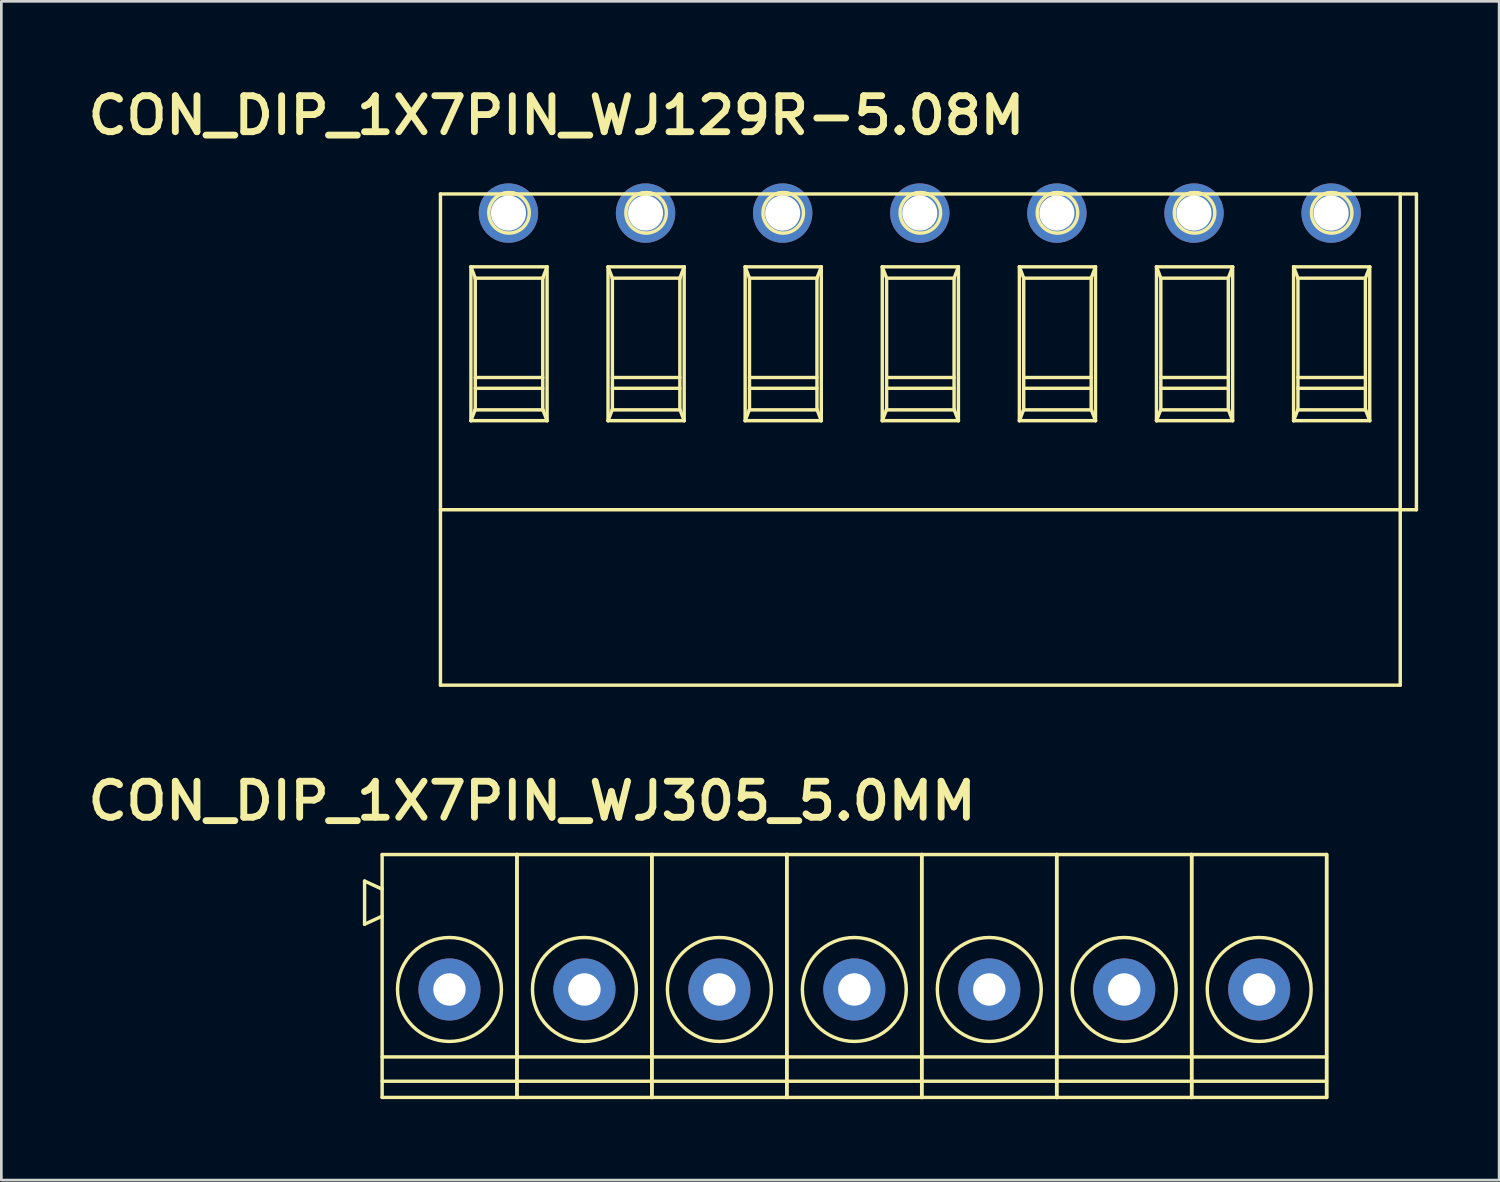
<source format=kicad_pcb>
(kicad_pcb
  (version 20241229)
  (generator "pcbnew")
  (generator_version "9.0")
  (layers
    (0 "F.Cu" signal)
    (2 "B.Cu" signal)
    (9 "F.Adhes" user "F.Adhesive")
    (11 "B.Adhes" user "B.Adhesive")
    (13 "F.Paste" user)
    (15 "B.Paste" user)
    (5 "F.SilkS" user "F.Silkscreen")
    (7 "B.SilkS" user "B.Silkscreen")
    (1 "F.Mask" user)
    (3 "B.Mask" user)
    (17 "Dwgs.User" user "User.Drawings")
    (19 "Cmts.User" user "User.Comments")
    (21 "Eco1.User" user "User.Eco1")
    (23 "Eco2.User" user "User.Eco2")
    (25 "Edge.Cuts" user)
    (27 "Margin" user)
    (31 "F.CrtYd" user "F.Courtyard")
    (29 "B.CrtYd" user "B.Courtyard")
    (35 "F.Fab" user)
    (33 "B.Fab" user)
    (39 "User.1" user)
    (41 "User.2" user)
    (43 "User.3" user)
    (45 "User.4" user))
  (footprint "CON_DIP_1X7PIN_WJ305_5.0MM"
    (layer "F.Cu")
    (at 28.603 33.61)
    (property "Reference" "CON_DIP_1X7PIN_WJ305_5.0MM" (at -11.938 -6.985 0) (unlocked yes) (layer "F.SilkS") (effects (font (size 1.333 1.402) (thickness 0.254))))
    (attr smd)
    (fp_line (start -18.145 -4.017) (end -17.495 -3.717) (stroke (width 0.127) (type solid)) (layer "F.SilkS"))
    (fp_line (start -18.145 -2.417) (end -18.145 -4.017) (stroke (width 0.127) (type solid)) (layer "F.SilkS"))
    (fp_line (start -18.145 -2.417) (end -17.495 -2.717) (stroke (width 0.127) (type solid)) (layer "F.SilkS"))
    (fp_line (start -17.495 -5) (end -12.505 -5) (stroke (width 0.127) (type solid)) (layer "F.SilkS"))
    (fp_line (start -17.495 2.5) (end -12.505 2.5) (stroke (width 0.127) (type solid)) (layer "F.SilkS"))
    (fp_line (start -17.495 3.4) (end -12.505 3.4) (stroke (width 0.127) (type solid)) (layer "F.SilkS"))
    (fp_line (start -17.495 4) (end -17.495 -5) (stroke (width 0.127) (type solid)) (layer "F.SilkS"))
    (fp_line (start -17.495 4) (end -12.505 4) (stroke (width 0.127) (type solid)) (layer "F.SilkS"))
    (fp_line (start -12.505 4) (end -12.505 -5) (stroke (width 0.127) (type solid)) (layer "F.SilkS"))
    (fp_line (start -12.495 -5) (end -7.505 -5) (stroke (width 0.127) (type solid)) (layer "F.SilkS"))
    (fp_line (start -12.495 2.5) (end -7.505 2.5) (stroke (width 0.127) (type solid)) (layer "F.SilkS"))
    (fp_line (start -12.495 3.4) (end -7.505 3.4) (stroke (width 0.127) (type solid)) (layer "F.SilkS"))
    (fp_line (start -12.495 4) (end -12.495 -5) (stroke (width 0.127) (type solid)) (layer "F.SilkS"))
    (fp_line (start -12.495 4) (end -7.505 4) (stroke (width 0.127) (type solid)) (layer "F.SilkS"))
    (fp_line (start -7.505 4) (end -7.505 -5) (stroke (width 0.127) (type solid)) (layer "F.SilkS"))
    (fp_line (start -7.495 -5) (end -2.505 -5) (stroke (width 0.127) (type solid)) (layer "F.SilkS"))
    (fp_line (start -7.495 2.5) (end -2.505 2.5) (stroke (width 0.127) (type solid)) (layer "F.SilkS"))
    (fp_line (start -7.495 3.4) (end -2.505 3.4) (stroke (width 0.127) (type solid)) (layer "F.SilkS"))
    (fp_line (start -7.495 4) (end -7.495 -5) (stroke (width 0.127) (type solid)) (layer "F.SilkS"))
    (fp_line (start -7.495 4) (end -2.505 4) (stroke (width 0.127) (type solid)) (layer "F.SilkS"))
    (fp_line (start -2.505 4) (end -2.505 -5) (stroke (width 0.127) (type solid)) (layer "F.SilkS"))
    (fp_line (start -2.495 -5) (end 2.495 -5) (stroke (width 0.127) (type solid)) (layer "F.SilkS"))
    (fp_line (start -2.495 2.5) (end 2.495 2.5) (stroke (width 0.127) (type solid)) (layer "F.SilkS"))
    (fp_line (start -2.495 3.4) (end 2.495 3.4) (stroke (width 0.127) (type solid)) (layer "F.SilkS"))
    (fp_line (start -2.495 4) (end -2.495 -5) (stroke (width 0.127) (type solid)) (layer "F.SilkS"))
    (fp_line (start -2.495 4) (end 2.495 4) (stroke (width 0.127) (type solid)) (layer "F.SilkS"))
    (fp_line (start 2.495 4) (end 2.495 -5) (stroke (width 0.127) (type solid)) (layer "F.SilkS"))
    (fp_line (start 2.505 -5) (end 7.495 -5) (stroke (width 0.127) (type solid)) (layer "F.SilkS"))
    (fp_line (start 2.505 2.5) (end 7.495 2.5) (stroke (width 0.127) (type solid)) (layer "F.SilkS"))
    (fp_line (start 2.505 3.4) (end 7.495 3.4) (stroke (width 0.127) (type solid)) (layer "F.SilkS"))
    (fp_line (start 2.505 4) (end 2.505 -5) (stroke (width 0.127) (type solid)) (layer "F.SilkS"))
    (fp_line (start 2.505 4) (end 7.495 4) (stroke (width 0.127) (type solid)) (layer "F.SilkS"))
    (fp_line (start 7.495 4) (end 7.495 -5) (stroke (width 0.127) (type solid)) (layer "F.SilkS"))
    (fp_line (start 7.505 -5) (end 12.495 -5) (stroke (width 0.127) (type solid)) (layer "F.SilkS"))
    (fp_line (start 7.505 2.5) (end 12.495 2.5) (stroke (width 0.127) (type solid)) (layer "F.SilkS"))
    (fp_line (start 7.505 3.4) (end 12.495 3.4) (stroke (width 0.127) (type solid)) (layer "F.SilkS"))
    (fp_line (start 7.505 4) (end 7.505 -5) (stroke (width 0.127) (type solid)) (layer "F.SilkS"))
    (fp_line (start 7.505 4) (end 12.495 4) (stroke (width 0.127) (type solid)) (layer "F.SilkS"))
    (fp_line (start 12.495 4) (end 12.495 -5) (stroke (width 0.127) (type solid)) (layer "F.SilkS"))
    (fp_line (start 12.505 -5) (end 17.495 -5) (stroke (width 0.127) (type solid)) (layer "F.SilkS"))
    (fp_line (start 12.505 2.5) (end 17.495 2.5) (stroke (width 0.127) (type solid)) (layer "F.SilkS"))
    (fp_line (start 12.505 3.4) (end 17.495 3.4) (stroke (width 0.127) (type solid)) (layer "F.SilkS"))
    (fp_line (start 12.505 4) (end 12.505 -5) (stroke (width 0.127) (type solid)) (layer "F.SilkS"))
    (fp_line (start 12.505 4) (end 17.495 4) (stroke (width 0.127) (type solid)) (layer "F.SilkS"))
    (fp_line (start 17.495 4) (end 17.495 -5) (stroke (width 0.127) (type solid)) (layer "F.SilkS"))
    (fp_line (start 17.505 4) (end 17.505 -5) (stroke (width 0.127) (type solid)) (layer "F.SilkS"))
    (fp_circle (center -15 0) (end -13.075 0) (stroke (width 0.127) (type solid)) (fill no) (layer "F.SilkS"))
    (fp_circle (center -10 0) (end -8.075 0) (stroke (width 0.127) (type solid)) (fill no) (layer "F.SilkS"))
    (fp_circle (center -5 0) (end -3.075 0) (stroke (width 0.127) (type solid)) (fill no) (layer "F.SilkS"))
    (fp_circle (center 0.00001 0) (end 1.925 0) (stroke (width 0.127) (type solid)) (fill no) (layer "F.SilkS"))
    (fp_circle (center 5 0) (end 6.925 0) (stroke (width 0.127) (type solid)) (fill no) (layer "F.SilkS"))
    (fp_circle (center 10 0) (end 11.925 0) (stroke (width 0.127) (type solid)) (fill no) (layer "F.SilkS"))
    (fp_circle (center 15 0) (end 16.925 0) (stroke (width 0.127) (type solid)) (fill no) (layer "F.SilkS"))
    (pad "1" thru_hole circle (at -15 0 90) (size 2.3 2.3) (drill 1.2) (layers "*.Cu" "*.Mask"))
    (pad "2" thru_hole circle (at -10 0 90) (size 2.3 2.3) (drill 1.2) (layers "*.Cu" "*.Mask"))
    (pad "3" thru_hole circle (at -5 0 90) (size 2.3 2.3) (drill 1.2) (layers "*.Cu" "*.Mask"))
    (pad "4" thru_hole circle (at 0 0 90) (size 2.3 2.3) (drill 1.2) (layers "*.Cu" "*.Mask"))
    (pad "5" thru_hole circle (at 5 0 90) (size 2.3 2.3) (drill 1.2) (layers "*.Cu" "*.Mask"))
    (pad "6" thru_hole circle (at 10 0 90) (size 2.3 2.3) (drill 1.2) (layers "*.Cu" "*.Mask"))
    (pad "7" thru_hole circle (at 15 0 90) (size 2.3 2.3) (drill 1.2) (layers "*.Cu" "*.Mask")))
  (footprint "CON_DIP_1X7PIN_WJ129R-5.08M"
    (layer "F.Cu")
    (at 28.742 16.148)
    (property "Reference" "CON_DIP_1X7PIN_WJ129R-5.08M" (at -11.176 -14.922 0) (unlocked yes) (layer "F.SilkS") (effects (font (size 1.333 1.402) (thickness 0.254))))
    (attr smd)
    (fp_line (start -15.473 -12.012) (end 20.687 -12.012) (stroke (width 0.127) (type solid)) (layer "F.SilkS"))
    (fp_line (start -15.473 -0.312) (end 20.687 -0.312) (stroke (width 0.127) (type solid)) (layer "F.SilkS"))
    (fp_line (start -15.473 6.188) (end -15.473 -12.012) (stroke (width 0.127) (type solid)) (layer "F.SilkS"))
    (fp_line (start -15.473 6.188) (end 20.087 6.188) (stroke (width 0.127) (type solid)) (layer "F.SilkS"))
    (fp_line (start -14.344 -9.312) (end -14.183 -8.892) (stroke (width 0.127) (type solid)) (layer "F.SilkS"))
    (fp_line (start -14.344 -9.312) (end -11.523 -9.312) (stroke (width 0.127) (type solid)) (layer "F.SilkS"))
    (fp_line (start -14.344 -3.612) (end -14.344 -9.312) (stroke (width 0.127) (type solid)) (layer "F.SilkS"))
    (fp_line (start -14.344 -3.612) (end -14.191 -4.012) (stroke (width 0.127) (type solid)) (layer "F.SilkS"))
    (fp_line (start -14.344 -3.612) (end -11.523 -3.612) (stroke (width 0.127) (type solid)) (layer "F.SilkS"))
    (fp_line (start -14.191 -4.012) (end -11.676 -4.012) (stroke (width 0.127) (type solid)) (layer "F.SilkS"))
    (fp_line (start -14.183 -8.892) (end -11.683 -8.892) (stroke (width 0.127) (type solid)) (layer "F.SilkS"))
    (fp_line (start -14.183 -5.212) (end -11.683 -5.212) (stroke (width 0.127) (type solid)) (layer "F.SilkS"))
    (fp_line (start -14.183 -4.812) (end -11.683 -4.812) (stroke (width 0.127) (type solid)) (layer "F.SilkS"))
    (fp_line (start -14.183 -4.012) (end -14.183 -8.892) (stroke (width 0.127) (type solid)) (layer "F.SilkS"))
    (fp_line (start -13.2 -12.012) (end -12.667 -12.012) (stroke (width 0.127) (type solid)) (layer "F.SilkS"))
    (fp_line (start -11.683 -8.892) (end -11.523 -9.312) (stroke (width 0.127) (type solid)) (layer "F.SilkS"))
    (fp_line (start -11.683 -4.012) (end -11.683 -8.892) (stroke (width 0.127) (type solid)) (layer "F.SilkS"))
    (fp_line (start -11.676 -4.012) (end -11.523 -3.612) (stroke (width 0.127) (type solid)) (layer "F.SilkS"))
    (fp_line (start -11.523 -3.612) (end -11.523 -9.312) (stroke (width 0.127) (type solid)) (layer "F.SilkS"))
    (fp_line (start -9.264 -9.312) (end -9.103 -8.892) (stroke (width 0.127) (type solid)) (layer "F.SilkS"))
    (fp_line (start -9.264 -9.312) (end -6.443 -9.312) (stroke (width 0.127) (type solid)) (layer "F.SilkS"))
    (fp_line (start -9.264 -3.612) (end -9.264 -9.312) (stroke (width 0.127) (type solid)) (layer "F.SilkS"))
    (fp_line (start -9.264 -3.612) (end -9.111 -4.012) (stroke (width 0.127) (type solid)) (layer "F.SilkS"))
    (fp_line (start -9.264 -3.612) (end -6.443 -3.612) (stroke (width 0.127) (type solid)) (layer "F.SilkS"))
    (fp_line (start -9.111 -4.012) (end -6.596 -4.012) (stroke (width 0.127) (type solid)) (layer "F.SilkS"))
    (fp_line (start -9.103 -8.892) (end -6.603 -8.892) (stroke (width 0.127) (type solid)) (layer "F.SilkS"))
    (fp_line (start -9.103 -5.212) (end -6.603 -5.212) (stroke (width 0.127) (type solid)) (layer "F.SilkS"))
    (fp_line (start -9.103 -4.812) (end -6.603 -4.812) (stroke (width 0.127) (type solid)) (layer "F.SilkS"))
    (fp_line (start -9.103 -4.012) (end -9.103 -8.892) (stroke (width 0.127) (type solid)) (layer "F.SilkS"))
    (fp_line (start -8.12 -12.012) (end -7.587 -12.012) (stroke (width 0.127) (type solid)) (layer "F.SilkS"))
    (fp_line (start -6.603 -8.892) (end -6.443 -9.312) (stroke (width 0.127) (type solid)) (layer "F.SilkS"))
    (fp_line (start -6.603 -4.012) (end -6.603 -8.892) (stroke (width 0.127) (type solid)) (layer "F.SilkS"))
    (fp_line (start -6.596 -4.012) (end -6.443 -3.612) (stroke (width 0.127) (type solid)) (layer "F.SilkS"))
    (fp_line (start -6.443 -3.612) (end -6.443 -9.312) (stroke (width 0.127) (type solid)) (layer "F.SilkS"))
    (fp_line (start -4.184 -9.312) (end -4.023 -8.892) (stroke (width 0.127) (type solid)) (layer "F.SilkS"))
    (fp_line (start -4.184 -9.312) (end -1.363 -9.312) (stroke (width 0.127) (type solid)) (layer "F.SilkS"))
    (fp_line (start -4.184 -3.612) (end -4.184 -9.312) (stroke (width 0.127) (type solid)) (layer "F.SilkS"))
    (fp_line (start -4.184 -3.612) (end -4.031 -4.012) (stroke (width 0.127) (type solid)) (layer "F.SilkS"))
    (fp_line (start -4.184 -3.612) (end -1.363 -3.612) (stroke (width 0.127) (type solid)) (layer "F.SilkS"))
    (fp_line (start -4.031 -4.012) (end -1.516 -4.012) (stroke (width 0.127) (type solid)) (layer "F.SilkS"))
    (fp_line (start -4.023 -8.892) (end -1.523 -8.892) (stroke (width 0.127) (type solid)) (layer "F.SilkS"))
    (fp_line (start -4.023 -5.212) (end -1.523 -5.212) (stroke (width 0.127) (type solid)) (layer "F.SilkS"))
    (fp_line (start -4.023 -4.812) (end -1.523 -4.812) (stroke (width 0.127) (type solid)) (layer "F.SilkS"))
    (fp_line (start -4.023 -4.012) (end -4.023 -8.892) (stroke (width 0.127) (type solid)) (layer "F.SilkS"))
    (fp_line (start -3.04 -12.012) (end -2.507 -12.012) (stroke (width 0.127) (type solid)) (layer "F.SilkS"))
    (fp_line (start -1.523 -8.892) (end -1.363 -9.312) (stroke (width 0.127) (type solid)) (layer "F.SilkS"))
    (fp_line (start -1.523 -4.012) (end -1.523 -8.892) (stroke (width 0.127) (type solid)) (layer "F.SilkS"))
    (fp_line (start -1.516 -4.012) (end -1.363 -3.612) (stroke (width 0.127) (type solid)) (layer "F.SilkS"))
    (fp_line (start -1.363 -3.612) (end -1.363 -9.312) (stroke (width 0.127) (type solid)) (layer "F.SilkS"))
    (fp_line (start 0.896 -9.312) (end 1.057 -8.892) (stroke (width 0.127) (type solid)) (layer "F.SilkS"))
    (fp_line (start 0.896 -9.312) (end 3.717 -9.312) (stroke (width 0.127) (type solid)) (layer "F.SilkS"))
    (fp_line (start 0.896 -3.612) (end 0.896 -9.312) (stroke (width 0.127) (type solid)) (layer "F.SilkS"))
    (fp_line (start 0.896 -3.612) (end 1.049 -4.012) (stroke (width 0.127) (type solid)) (layer "F.SilkS"))
    (fp_line (start 0.896 -3.612) (end 3.717 -3.612) (stroke (width 0.127) (type solid)) (layer "F.SilkS"))
    (fp_line (start 1.049 -4.012) (end 3.564 -4.012) (stroke (width 0.127) (type solid)) (layer "F.SilkS"))
    (fp_line (start 1.057 -8.892) (end 3.557 -8.892) (stroke (width 0.127) (type solid)) (layer "F.SilkS"))
    (fp_line (start 1.057 -5.212) (end 3.557 -5.212) (stroke (width 0.127) (type solid)) (layer "F.SilkS"))
    (fp_line (start 1.057 -4.812) (end 3.557 -4.812) (stroke (width 0.127) (type solid)) (layer "F.SilkS"))
    (fp_line (start 1.057 -4.012) (end 1.057 -8.892) (stroke (width 0.127) (type solid)) (layer "F.SilkS"))
    (fp_line (start 2.04 -12.012) (end 2.573 -12.012) (stroke (width 0.127) (type solid)) (layer "F.SilkS"))
    (fp_line (start 3.557 -8.892) (end 3.717 -9.312) (stroke (width 0.127) (type solid)) (layer "F.SilkS"))
    (fp_line (start 3.557 -4.012) (end 3.557 -8.892) (stroke (width 0.127) (type solid)) (layer "F.SilkS"))
    (fp_line (start 3.564 -4.012) (end 3.717 -3.612) (stroke (width 0.127) (type solid)) (layer "F.SilkS"))
    (fp_line (start 3.717 -3.612) (end 3.717 -9.312) (stroke (width 0.127) (type solid)) (layer "F.SilkS"))
    (fp_line (start 5.976 -9.312) (end 6.137 -8.892) (stroke (width 0.127) (type solid)) (layer "F.SilkS"))
    (fp_line (start 5.976 -9.312) (end 8.797 -9.312) (stroke (width 0.127) (type solid)) (layer "F.SilkS"))
    (fp_line (start 5.976 -3.612) (end 5.976 -9.312) (stroke (width 0.127) (type solid)) (layer "F.SilkS"))
    (fp_line (start 5.976 -3.612) (end 6.129 -4.012) (stroke (width 0.127) (type solid)) (layer "F.SilkS"))
    (fp_line (start 5.976 -3.612) (end 8.797 -3.612) (stroke (width 0.127) (type solid)) (layer "F.SilkS"))
    (fp_line (start 6.129 -4.012) (end 8.644 -4.012) (stroke (width 0.127) (type solid)) (layer "F.SilkS"))
    (fp_line (start 6.137 -8.892) (end 8.637 -8.892) (stroke (width 0.127) (type solid)) (layer "F.SilkS"))
    (fp_line (start 6.137 -5.212) (end 8.637 -5.212) (stroke (width 0.127) (type solid)) (layer "F.SilkS"))
    (fp_line (start 6.137 -4.812) (end 8.637 -4.812) (stroke (width 0.127) (type solid)) (layer "F.SilkS"))
    (fp_line (start 6.137 -4.012) (end 6.137 -8.892) (stroke (width 0.127) (type solid)) (layer "F.SilkS"))
    (fp_line (start 7.12 -12.012) (end 7.653 -12.012) (stroke (width 0.127) (type solid)) (layer "F.SilkS"))
    (fp_line (start 8.637 -8.892) (end 8.797 -9.312) (stroke (width 0.127) (type solid)) (layer "F.SilkS"))
    (fp_line (start 8.637 -4.012) (end 8.637 -8.892) (stroke (width 0.127) (type solid)) (layer "F.SilkS"))
    (fp_line (start 8.644 -4.012) (end 8.797 -3.612) (stroke (width 0.127) (type solid)) (layer "F.SilkS"))
    (fp_line (start 8.797 -3.612) (end 8.797 -9.312) (stroke (width 0.127) (type solid)) (layer "F.SilkS"))
    (fp_line (start 11.056 -9.312) (end 11.217 -8.892) (stroke (width 0.127) (type solid)) (layer "F.SilkS"))
    (fp_line (start 11.056 -9.312) (end 13.877 -9.312) (stroke (width 0.127) (type solid)) (layer "F.SilkS"))
    (fp_line (start 11.056 -3.612) (end 11.056 -9.312) (stroke (width 0.127) (type solid)) (layer "F.SilkS"))
    (fp_line (start 11.056 -3.612) (end 11.209 -4.012) (stroke (width 0.127) (type solid)) (layer "F.SilkS"))
    (fp_line (start 11.056 -3.612) (end 13.877 -3.612) (stroke (width 0.127) (type solid)) (layer "F.SilkS"))
    (fp_line (start 11.209 -4.012) (end 13.724 -4.012) (stroke (width 0.127) (type solid)) (layer "F.SilkS"))
    (fp_line (start 11.217 -8.892) (end 13.717 -8.892) (stroke (width 0.127) (type solid)) (layer "F.SilkS"))
    (fp_line (start 11.217 -5.212) (end 13.717 -5.212) (stroke (width 0.127) (type solid)) (layer "F.SilkS"))
    (fp_line (start 11.217 -4.812) (end 13.717 -4.812) (stroke (width 0.127) (type solid)) (layer "F.SilkS"))
    (fp_line (start 11.217 -4.012) (end 11.217 -8.892) (stroke (width 0.127) (type solid)) (layer "F.SilkS"))
    (fp_line (start 12.2 -12.012) (end 12.733 -12.012) (stroke (width 0.127) (type solid)) (layer "F.SilkS"))
    (fp_line (start 13.717 -8.892) (end 13.877 -9.312) (stroke (width 0.127) (type solid)) (layer "F.SilkS"))
    (fp_line (start 13.717 -4.012) (end 13.717 -8.892) (stroke (width 0.127) (type solid)) (layer "F.SilkS"))
    (fp_line (start 13.724 -4.012) (end 13.877 -3.612) (stroke (width 0.127) (type solid)) (layer "F.SilkS"))
    (fp_line (start 13.877 -3.612) (end 13.877 -9.312) (stroke (width 0.127) (type solid)) (layer "F.SilkS"))
    (fp_line (start 16.136 -9.312) (end 16.297 -8.892) (stroke (width 0.127) (type solid)) (layer "F.SilkS"))
    (fp_line (start 16.136 -9.312) (end 18.957 -9.312) (stroke (width 0.127) (type solid)) (layer "F.SilkS"))
    (fp_line (start 16.136 -3.612) (end 16.136 -9.312) (stroke (width 0.127) (type solid)) (layer "F.SilkS"))
    (fp_line (start 16.136 -3.612) (end 16.289 -4.012) (stroke (width 0.127) (type solid)) (layer "F.SilkS"))
    (fp_line (start 16.136 -3.612) (end 18.957 -3.612) (stroke (width 0.127) (type solid)) (layer "F.SilkS"))
    (fp_line (start 16.289 -4.012) (end 18.804 -4.012) (stroke (width 0.127) (type solid)) (layer "F.SilkS"))
    (fp_line (start 16.297 -8.892) (end 18.797 -8.892) (stroke (width 0.127) (type solid)) (layer "F.SilkS"))
    (fp_line (start 16.297 -5.212) (end 18.797 -5.212) (stroke (width 0.127) (type solid)) (layer "F.SilkS"))
    (fp_line (start 16.297 -4.812) (end 18.797 -4.812) (stroke (width 0.127) (type solid)) (layer "F.SilkS"))
    (fp_line (start 16.297 -4.012) (end 16.297 -8.892) (stroke (width 0.127) (type solid)) (layer "F.SilkS"))
    (fp_line (start 17.28 -12.012) (end 17.813 -12.012) (stroke (width 0.127) (type solid)) (layer "F.SilkS"))
    (fp_line (start 18.797 -8.892) (end 18.957 -9.312) (stroke (width 0.127) (type solid)) (layer "F.SilkS"))
    (fp_line (start 18.797 -4.012) (end 18.797 -8.892) (stroke (width 0.127) (type solid)) (layer "F.SilkS"))
    (fp_line (start 18.804 -4.012) (end 18.957 -3.612) (stroke (width 0.127) (type solid)) (layer "F.SilkS"))
    (fp_line (start 18.957 -3.612) (end 18.957 -9.312) (stroke (width 0.127) (type solid)) (layer "F.SilkS"))
    (fp_line (start 20.087 6.188) (end 20.087 -12.012) (stroke (width 0.127) (type solid)) (layer "F.SilkS"))
    (fp_line (start 20.687 -0.312) (end 20.687 -12.012) (stroke (width 0.127) (type solid)) (layer "F.SilkS"))
    (fp_arc (start -13.19969 -12.013309) (mid -12.93336 -12.06219) (end -12.66703 -12.013309) (stroke (width 0.127) (type solid)) (layer "F.SilkS"))
    (fp_arc (start -8.11968 -12.013309) (mid -7.85335 -12.06219) (end -7.58702 -12.013309) (stroke (width 0.127) (type solid)) (layer "F.SilkS"))
    (fp_arc (start -3.03968 -12.013309) (mid -2.77335 -12.06219) (end -2.50702 -12.013309) (stroke (width 0.127) (type solid)) (layer "F.SilkS"))
    (fp_arc (start 2.04032 -12.013309) (mid 2.30665 -12.06219) (end 2.57298 -12.013309) (stroke (width 0.127) (type solid)) (layer "F.SilkS"))
    (fp_arc (start 7.12032 -12.013309) (mid 7.38665 -12.06219) (end 7.65298 -12.013309) (stroke (width 0.127) (type solid)) (layer "F.SilkS"))
    (fp_arc (start 12.20033 -12.013309) (mid 12.46666 -12.06219) (end 12.73299 -12.013309) (stroke (width 0.127) (type solid)) (layer "F.SilkS"))
    (fp_arc (start 17.28033 -12.013309) (mid 17.54666 -12.06219) (end 17.81299 -12.013309) (stroke (width 0.127) (type solid)) (layer "F.SilkS"))
    (fp_circle (center -12.933 -11.312) (end -12.183 -11.312) (stroke (width 0.127) (type solid)) (fill no) (layer "F.SilkS"))
    (fp_circle (center -7.853 -11.312) (end -7.103 -11.312) (stroke (width 0.127) (type solid)) (fill no) (layer "F.SilkS"))
    (fp_circle (center -2.773 -11.312) (end -2.023 -11.312) (stroke (width 0.127) (type solid)) (fill no) (layer "F.SilkS"))
    (fp_circle (center 2.307 -11.312) (end 3.057 -11.312) (stroke (width 0.127) (type solid)) (fill no) (layer "F.SilkS"))
    (fp_circle (center 7.387 -11.312) (end 8.137 -11.312) (stroke (width 0.127) (type solid)) (fill no) (layer "F.SilkS"))
    (fp_circle (center 12.467 -11.312) (end 13.217 -11.312) (stroke (width 0.127) (type solid)) (fill no) (layer "F.SilkS"))
    (fp_circle (center 17.547 -11.312) (end 18.297 -11.312) (stroke (width 0.127) (type solid)) (fill no) (layer "F.SilkS"))
    (pad "1" thru_hole circle (at -12.954 -11.303) (size 2.2 2.2) (drill 1.3) (layers "*.Cu" "*.Mask"))
    (pad "2" thru_hole circle (at -7.874 -11.303) (size 2.2 2.2) (drill 1.3) (layers "*.Cu" "*.Mask"))
    (pad "3" thru_hole circle (at -2.794 -11.303) (size 2.2 2.2) (drill 1.3) (layers "*.Cu" "*.Mask"))
    (pad "4" thru_hole circle (at 2.286 -11.303) (size 2.2 2.2) (drill 1.3) (layers "*.Cu" "*.Mask"))
    (pad "5" thru_hole circle (at 7.366 -11.303) (size 2.2 2.2) (drill 1.3) (layers "*.Cu" "*.Mask"))
    (pad "6" thru_hole circle (at 12.446 -11.303) (size 2.2 2.2) (drill 1.3) (layers "*.Cu" "*.Mask"))
    (pad "7" thru_hole circle (at 17.526 -11.303) (size 2.2 2.2) (drill 1.3) (layers "*.Cu" "*.Mask")))
  (gr_rect
    (start -3 -3)
    (end 52.493 40.673)
    (stroke (width 0.1) (type default))
    (fill no)
    (layer "Edge.Cuts")))
</source>
